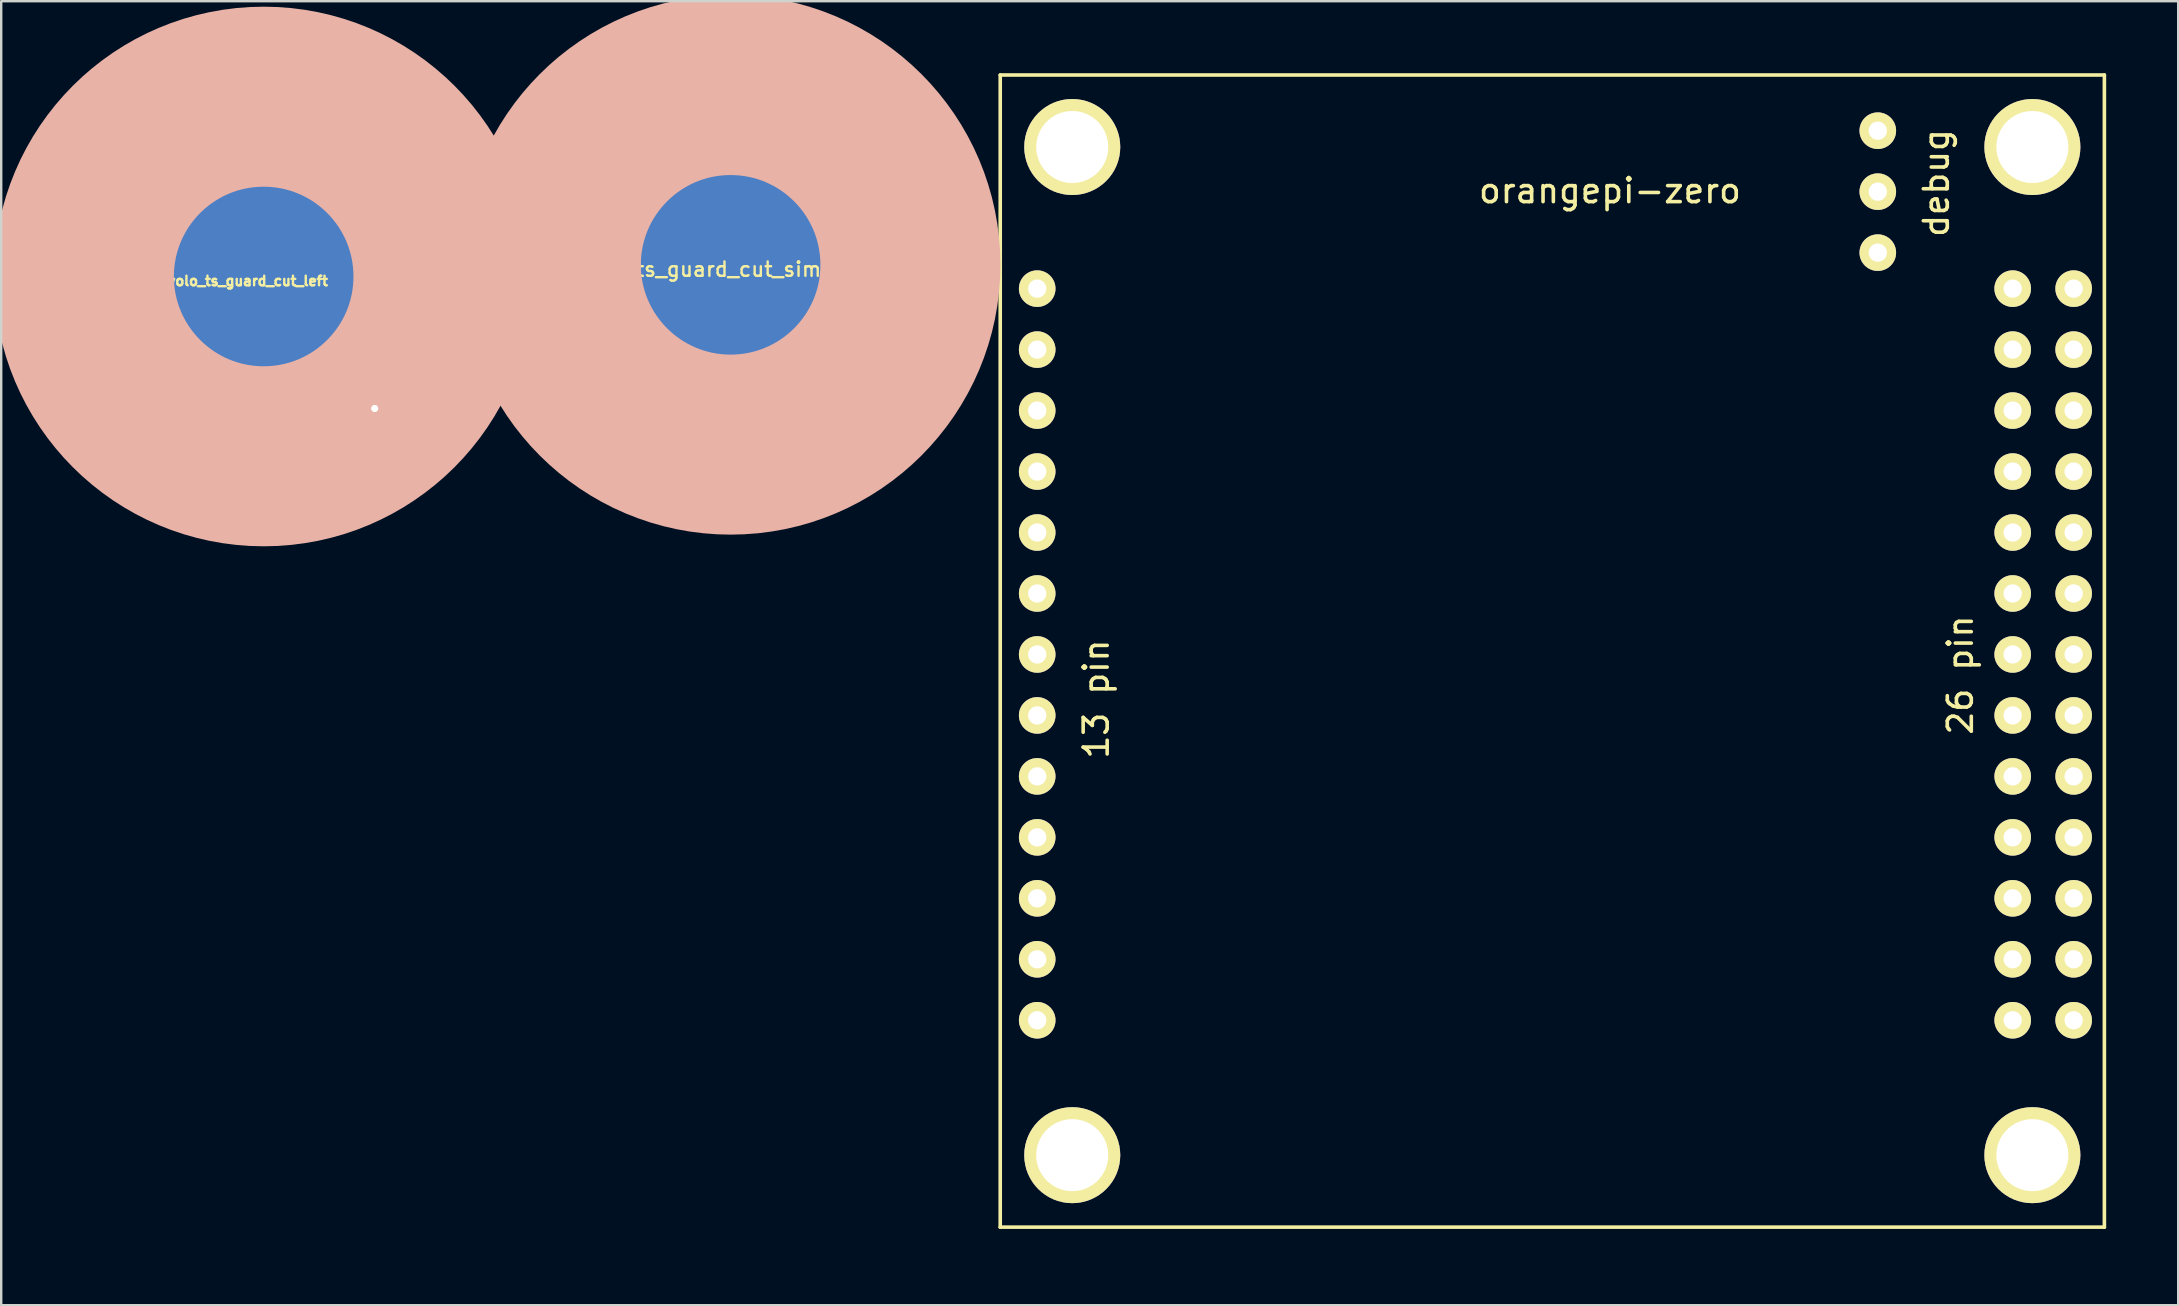
<source format=kicad_pcb>
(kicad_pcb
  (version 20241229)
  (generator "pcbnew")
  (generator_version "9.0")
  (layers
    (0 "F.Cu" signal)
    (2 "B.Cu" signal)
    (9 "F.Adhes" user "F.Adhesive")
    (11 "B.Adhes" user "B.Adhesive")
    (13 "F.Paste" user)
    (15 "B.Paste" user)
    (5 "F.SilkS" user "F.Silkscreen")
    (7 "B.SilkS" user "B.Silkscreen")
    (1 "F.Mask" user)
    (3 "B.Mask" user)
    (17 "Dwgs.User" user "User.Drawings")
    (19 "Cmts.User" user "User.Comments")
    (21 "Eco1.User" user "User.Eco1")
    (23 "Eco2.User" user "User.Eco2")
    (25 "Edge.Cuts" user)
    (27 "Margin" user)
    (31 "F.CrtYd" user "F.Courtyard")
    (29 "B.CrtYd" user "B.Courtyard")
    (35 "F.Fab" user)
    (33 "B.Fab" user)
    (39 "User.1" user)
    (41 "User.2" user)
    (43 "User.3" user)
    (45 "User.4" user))
  (footprint "livolo_ts_guard_cut_simple"
    (layer "F.Cu")
    (at 27.655 7.959)
    (property "Reference" "livolo_ts_guard_cut_simple" (at -1.123 0.21 0) (layer "F.SilkS") (effects (font (size 0.6 0.6) (thickness 0.1))))
    (attr through_hole)
    (fp_line (start -8.043 0.673) (end 0.315 -7.685) (stroke (width 0.3) (type solid)) (layer "F.Cu"))
    (fp_line (start -7.949 1.049) (end -1.349 7.649) (stroke (width 0.3) (type solid)) (layer "F.Cu"))
    (fp_line (start -7.937 -1.363) (end 1.114 7.687) (stroke (width 0.3) (type solid)) (layer "F.Cu"))
    (fp_line (start -7.747 -2.047) (end -2.293 -7.501) (stroke (width 0.3) (type solid)) (layer "F.Cu"))
    (fp_line (start -7.524 2.578) (end 2.377 -7.323) (stroke (width 0.3) (type solid)) (layer "F.Cu"))
    (fp_line (start -7.375 -3.225) (end 3.025 7.175) (stroke (width 0.3) (type solid)) (layer "F.Cu"))
    (fp_line (start -6.712 4.189) (end 3.989 -6.511) (stroke (width 0.3) (type solid)) (layer "F.Cu"))
    (fp_line (start -6.463 -4.737) (end 2.697 4.423) (stroke (width 0.3) (type solid)) (layer "F.Cu"))
    (fp_line (start -5.65 5.552) (end 5.352 -5.45) (stroke (width 0.3) (type solid)) (layer "F.Cu"))
    (fp_line (start -5.251 -5.949) (end 5.749 5.051) (stroke (width 0.3) (type solid)) (layer "F.Cu"))
    (fp_line (start -4.289 6.614) (end 6.413 -4.087) (stroke (width 0.3) (type solid)) (layer "F.Cu"))
    (fp_line (start -3.789 -6.911) (end 6.711 3.589) (stroke (width 0.3) (type solid)) (layer "F.Cu"))
    (fp_line (start -2.953 7.257) (end -7.455 2.755) (stroke (width 0.3) (type solid)) (layer "F.Cu"))
    (fp_line (start -2.626 7.375) (end 7.175 -2.425) (stroke (width 0.3) (type solid)) (layer "F.Cu"))
    (fp_line (start -2.027 -7.573) (end 7.323 1.777) (stroke (width 0.3) (type solid)) (layer "F.Cu"))
    (fp_line (start -0.89 -7.692) (end -8.049 -0.533) (stroke (width 0.3) (type solid)) (layer "F.Cu"))
    (fp_line (start -0.614 7.787) (end 7.537 -0.364) (stroke (width 0.3) (type solid)) (layer "F.Cu"))
    (fp_line (start -0.043 7.743) (end -8.052 -0.266) (stroke (width 0.3) (type solid)) (layer "F.Cu"))
    (fp_line (start 0.234 -7.735) (end 7.535 -0.434) (stroke (width 0.3) (type solid)) (layer "F.Cu"))
    (fp_line (start 1.421 -7.579) (end -7.83 1.672) (stroke (width 0.3) (type solid)) (layer "F.Cu"))
    (fp_line (start 2.119 7.481) (end -7.681 -2.319) (stroke (width 0.3) (type solid)) (layer "F.Cu"))
    (fp_line (start 2.152 7.454) (end 3.316 6.291) (stroke (width 0.3) (type solid)) (layer "F.Cu"))
    (fp_line (start 2.718 5.668) (end 0.642 7.744) (stroke (width 0.3) (type solid)) (layer "F.Cu"))
    (fp_line (start 3.234 -6.968) (end -7.168 3.434) (stroke (width 0.3) (type solid)) (layer "F.Cu"))
    (fp_line (start 3.305 3.819) (end -5.907 -5.393) (stroke (width 0.3) (type solid)) (layer "F.Cu"))
    (fp_line (start 3.831 6.769) (end -6.969 -4.031) (stroke (width 0.3) (type solid)) (layer "F.Cu"))
    (fp_line (start 4.695 -6.006) (end -6.206 4.895) (stroke (width 0.3) (type solid)) (layer "F.Cu"))
    (fp_line (start 5.151 4.446) (end 7.15 2.448) (stroke (width 0.3) (type solid)) (layer "F.Cu"))
    (fp_line (start 5.907 -4.793) (end -4.994 6.107) (stroke (width 0.3) (type solid)) (layer "F.Cu"))
    (fp_line (start 6.255 4.345) (end -4.545 -6.455) (stroke (width 0.3) (type solid)) (layer "F.Cu"))
    (fp_line (start 6.819 -3.282) (end -3.483 7.02) (stroke (width 0.3) (type solid)) (layer "F.Cu"))
    (fp_line (start 7.067 2.733) (end -2.983 -7.317) (stroke (width 0.3) (type solid)) (layer "F.Cu"))
    (fp_line (start 7.341 -1.841) (end 1.641 -7.541) (stroke (width 0.3) (type solid)) (layer "F.Cu"))
    (fp_line (start 7.381 -1.42) (end -1.67 7.631) (stroke (width 0.3) (type solid)) (layer "F.Cu"))
    (fp_line (start 7.493 0.893) (end 4.546 3.84) (stroke (width 0.3) (type solid)) (layer "F.Cu"))
    (fp_line (start 7.529 0.772) (end -0.922 -7.68) (stroke (width 0.3) (type solid)) (layer "F.Cu"))
    (fp_arc (start -8.1 0) (mid 2.412159 -7.33636) (end 5.748911 5.040786) (stroke (width 0.3) (type solid)) (layer "F.Cu"))
    (fp_arc (start 3.857018 6.8) (mid -4.077709 6.737675) (end -8.1 -0.102277) (stroke (width 0.3) (type solid)) (layer "F.Cu"))
    (fp_circle (center -0.267 0.024) (end 3.025 1.8) (stroke (width 7.5) (type solid)) (fill no) (layer "B.SilkS"))
    (pad "1" smd circle (at -0.267 0.024) (size 15 15) (layers "B.Cu"))
    (pad "2" smd circle (at 3.8 6.8) (size 0.5 0.5) (layers "F.Cu"))
    (pad "2" smd circle (at 5.7 5) (size 0.5 0.5) (layers "F.Cu")))
  (footprint "livolo_ts_guard_cut_left"
    (layer "F.Cu")
    (at 8.202 8.445)
    (property "Reference" "livolo_ts_guard_cut_left" (at -1.123 0.21 0) (layer "F.SilkS") (effects (font (size 0.4 0.4) (thickness 0.1))))
    (attr through_hole)
    (fp_line (start -8.043 0.673) (end 0.807 -8.177) (stroke (width 0.3) (type solid)) (layer "F.Cu"))
    (fp_line (start -8.043 -1.751) (end -1.655 -8.139) (stroke (width 0.3) (type solid)) (layer "F.Cu"))
    (fp_line (start -8.042 -2.951) (end -8.042 2.849) (stroke (width 0.3) (type solid)) (layer "F.Cu"))
    (fp_line (start -8.033 -1.46) (end 1.504 8.078) (stroke (width 0.3) (type solid)) (layer "F.Cu"))
    (fp_line (start -8.033 0.965) (end -0.72 8.278) (stroke (width 0.3) (type solid)) (layer "F.Cu"))
    (fp_line (start -7.931 2.985) (end 2.707 -7.652) (stroke (width 0.3) (type solid)) (layer "F.Cu"))
    (fp_line (start -7.721 -3.572) (end 3.304 7.454) (stroke (width 0.3) (type solid)) (layer "F.Cu"))
    (fp_line (start -7.512 3.91) (end -4.057 7.365) (stroke (width 0.3) (type solid)) (layer "F.Cu"))
    (fp_line (start -7.119 4.597) (end 4.331 -6.853) (stroke (width 0.3) (type solid)) (layer "F.Cu"))
    (fp_line (start -6.785 -5.058) (end 2.697 4.423) (stroke (width 0.3) (type solid)) (layer "F.Cu"))
    (fp_line (start -6.008 5.909) (end 5.655 -5.754) (stroke (width 0.3) (type solid)) (layer "F.Cu"))
    (fp_line (start -5.598 -6.295) (end 6.077 5.38) (stroke (width 0.3) (type solid)) (layer "F.Cu"))
    (fp_line (start -4.671 6.996) (end 6.73 -4.404) (stroke (width 0.3) (type solid)) (layer "F.Cu"))
    (fp_line (start -4.16 -7.283) (end 7.052 3.93) (stroke (width 0.3) (type solid)) (layer "F.Cu"))
    (fp_line (start -3.336 -7.67) (end -8.049 -2.957) (stroke (width 0.3) (type solid)) (layer "F.Cu"))
    (fp_line (start -3.021 7.77) (end 7.517 -2.767) (stroke (width 0.3) (type solid)) (layer "F.Cu"))
    (fp_line (start -2.424 -7.969) (end 7.739 2.194) (stroke (width 0.3) (type solid)) (layer "F.Cu"))
    (fp_line (start -2.151 8.059) (end -8.026 2.183) (stroke (width 0.3) (type solid)) (layer "F.Cu"))
    (fp_line (start -1.059 8.233) (end 7.979 -0.805) (stroke (width 0.3) (type solid)) (layer "F.Cu"))
    (fp_line (start -0.324 -8.258) (end -8.049 -0.533) (stroke (width 0.3) (type solid)) (layer "F.Cu"))
    (fp_line (start -0.287 -8.256) (end 8.013 0.044) (stroke (width 0.3) (type solid)) (layer "F.Cu"))
    (fp_line (start 0.461 8.247) (end -8.052 -0.266) (stroke (width 0.3) (type solid)) (layer "F.Cu"))
    (fp_line (start 1.518 8.089) (end 3.316 6.291) (stroke (width 0.3) (type solid)) (layer "F.Cu"))
    (fp_line (start 1.825 -7.983) (end -8.05 1.892) (stroke (width 0.3) (type solid)) (layer "F.Cu"))
    (fp_line (start 2.46 7.822) (end -8.015 -2.653) (stroke (width 0.3) (type solid)) (layer "F.Cu"))
    (fp_line (start 2.675 -7.719) (end 7.5 -2.893) (stroke (width 0.3) (type solid)) (layer "F.Cu"))
    (fp_line (start 2.718 5.668) (end 0.122 8.264) (stroke (width 0.3) (type solid)) (layer "F.Cu"))
    (fp_line (start 3.305 3.819) (end -6.217 -5.702) (stroke (width 0.3) (type solid)) (layer "F.Cu"))
    (fp_line (start 3.575 -7.309) (end -7.575 3.841) (stroke (width 0.3) (type solid)) (layer "F.Cu"))
    (fp_line (start 4.097 7.035) (end -7.278 -4.34) (stroke (width 0.3) (type solid)) (layer "F.Cu"))
    (fp_line (start 5.024 -6.335) (end -6.589 5.278) (stroke (width 0.3) (type solid)) (layer "F.Cu"))
    (fp_line (start 5.151 4.446) (end 7.816 1.782) (stroke (width 0.3) (type solid)) (layer "F.Cu"))
    (fp_line (start 6.236 -5.123) (end -5.377 6.49) (stroke (width 0.3) (type solid)) (layer "F.Cu"))
    (fp_line (start 6.596 4.686) (end -4.916 -6.827) (stroke (width 0.3) (type solid)) (layer "F.Cu"))
    (fp_line (start 7.161 -3.623) (end -3.902 7.439) (stroke (width 0.3) (type solid)) (layer "F.Cu"))
    (fp_line (start 7.42 3.087) (end -3.33 -7.663) (stroke (width 0.3) (type solid)) (layer "F.Cu"))
    (fp_line (start 7.798 -1.836) (end -2.103 8.065) (stroke (width 0.3) (type solid)) (layer "F.Cu"))
    (fp_line (start 7.932 -1.25) (end 1.032 -8.15) (stroke (width 0.3) (type solid)) (layer "F.Cu"))
    (fp_line (start 7.945 1.187) (end -1.43 -8.188) (stroke (width 0.3) (type solid)) (layer "F.Cu"))
    (fp_line (start 7.998 0.388) (end 4.546 3.84) (stroke (width 0.3) (type solid)) (layer "F.Cu"))
    (fp_arc (start -8.016992 -3.000738) (mid 4.012185 -7.110286) (end 6.050916 5.436947) (stroke (width 0.3) (type solid)) (layer "F.Cu"))
    (fp_arc (start 4.058007 7.074261) (mid -3.010446 7.826926) (end -8.052451 2.816166) (stroke (width 0.3) (type solid)) (layer "F.Cu"))
    (fp_circle (center -0.267 0.024) (end 3.025 1.8) (stroke (width 7.5) (type solid)) (fill no) (layer "B.SilkS"))
    (pad "1" smd circle (at -0.267 0.024) (size 15 15) (layers "B.Cu"))
    (pad "1" thru_hole circle (at 4.358 5.524 22.5) (size 0.5 0.5) (drill 0.3) (layers "*.Cu" "*.Mask"))
    (pad "2" smd circle (at 4.008 6.999) (size 0.5 0.5) (layers "F.Cu"))
    (pad "2" smd circle (at 6.058 5.324) (size 0.5 0.5) (layers "F.Cu")))
  (footprint "orangepi-zero"
    (layer "F.Cu")
    (at 38.621 48.075)
    (property "Reference" "orangepi-zero" (at 25.4 -43.18 0) (layer "F.SilkS") (effects (font (size 1 1) (thickness 0.15))))
    (attr through_hole)
    (fp_line (start 0 -48) (end 46 -48) (stroke (width 0.15) (type solid)) (layer "F.SilkS"))
    (fp_line (start 0 0) (end 0 -48) (stroke (width 0.15) (type solid)) (layer "F.SilkS"))
    (fp_line (start 46 -48) (end 46 0) (stroke (width 0.15) (type solid)) (layer "F.SilkS"))
    (fp_line (start 46 0) (end 0 0) (stroke (width 0.15) (type solid)) (layer "F.SilkS"))
    (fp_text user "debug" (at 39 -43.5 90) (layer "F.SilkS") (effects (font (size 1 1) (thickness 0.15))))
    (fp_text user "26 pin" (at 40 -23 90) (layer "F.SilkS") (effects (font (size 1 1) (thickness 0.15))))
    (fp_text user "13 pin" (at 4 -22 90) (layer "F.SilkS") (effects (font (size 1 1) (thickness 0.15))))
    (pad "" thru_hole circle (at 3 -45) (size 4 4) (drill 3) (layers "*.Cu" "*.Mask" "F.SilkS"))
    (pad "" thru_hole circle (at 3 -3) (size 4 4) (drill 3) (layers "*.Cu" "*.Mask" "F.SilkS"))
    (pad "" thru_hole circle (at 43 -45) (size 4 4) (drill 3) (layers "*.Cu" "*.Mask" "F.SilkS"))
    (pad "" thru_hole circle (at 43 -3) (size 4 4) (drill 3) (layers "*.Cu" "*.Mask" "F.SilkS"))
    (pad "1" thru_hole circle (at 1.54 -39.1) (size 1.524 1.524) (drill 0.762) (layers "*.Cu" "*.Mask" "F.SilkS"))
    (pad "2" thru_hole circle (at 1.54 -36.56) (size 1.524 1.524) (drill 0.762) (layers "*.Cu" "*.Mask" "F.SilkS"))
    (pad "3" thru_hole circle (at 1.54 -34.02) (size 1.524 1.524) (drill 0.762) (layers "*.Cu" "*.Mask" "F.SilkS"))
    (pad "4" thru_hole circle (at 1.54 -31.48) (size 1.524 1.524) (drill 0.762) (layers "*.Cu" "*.Mask" "F.SilkS"))
    (pad "5" thru_hole circle (at 1.54 -28.94) (size 1.524 1.524) (drill 0.762) (layers "*.Cu" "*.Mask" "F.SilkS"))
    (pad "6" thru_hole circle (at 1.54 -26.4) (size 1.524 1.524) (drill 0.762) (layers "*.Cu" "*.Mask" "F.SilkS"))
    (pad "7" thru_hole circle (at 1.54 -23.86) (size 1.524 1.524) (drill 0.762) (layers "*.Cu" "*.Mask" "F.SilkS"))
    (pad "8" thru_hole circle (at 1.54 -21.32) (size 1.524 1.524) (drill 0.762) (layers "*.Cu" "*.Mask" "F.SilkS"))
    (pad "9" thru_hole circle (at 1.54 -18.78) (size 1.524 1.524) (drill 0.762) (layers "*.Cu" "*.Mask" "F.SilkS"))
    (pad "10" thru_hole circle (at 1.54 -16.24) (size 1.524 1.524) (drill 0.762) (layers "*.Cu" "*.Mask" "F.SilkS"))
    (pad "11" thru_hole circle (at 1.54 -13.7) (size 1.524 1.524) (drill 0.762) (layers "*.Cu" "*.Mask" "F.SilkS"))
    (pad "12" thru_hole circle (at 1.54 -11.16) (size 1.524 1.524) (drill 0.762) (layers "*.Cu" "*.Mask" "F.SilkS"))
    (pad "13" thru_hole circle (at 1.54 -8.62) (size 1.524 1.524) (drill 0.762) (layers "*.Cu" "*.Mask" "F.SilkS"))
    (pad "101" thru_hole circle (at 44.72 -8.62) (size 1.524 1.524) (drill 0.762) (layers "*.Cu" "*.Mask" "F.SilkS"))
    (pad "102" thru_hole circle (at 42.18 -8.62) (size 1.524 1.524) (drill 0.762) (layers "*.Cu" "*.Mask" "F.SilkS"))
    (pad "103" thru_hole circle (at 44.72 -11.16) (size 1.524 1.524) (drill 0.762) (layers "*.Cu" "*.Mask" "F.SilkS"))
    (pad "104" thru_hole circle (at 42.18 -11.16) (size 1.524 1.524) (drill 0.762) (layers "*.Cu" "*.Mask" "F.SilkS"))
    (pad "105" thru_hole circle (at 44.72 -13.7) (size 1.524 1.524) (drill 0.762) (layers "*.Cu" "*.Mask" "F.SilkS"))
    (pad "106" thru_hole circle (at 42.18 -13.7) (size 1.524 1.524) (drill 0.762) (layers "*.Cu" "*.Mask" "F.SilkS"))
    (pad "107" thru_hole circle (at 44.72 -16.24) (size 1.524 1.524) (drill 0.762) (layers "*.Cu" "*.Mask" "F.SilkS"))
    (pad "108" thru_hole circle (at 42.18 -16.24) (size 1.524 1.524) (drill 0.762) (layers "*.Cu" "*.Mask" "F.SilkS"))
    (pad "109" thru_hole circle (at 44.72 -18.78) (size 1.524 1.524) (drill 0.762) (layers "*.Cu" "*.Mask" "F.SilkS"))
    (pad "110" thru_hole circle (at 42.18 -18.78) (size 1.524 1.524) (drill 0.762) (layers "*.Cu" "*.Mask" "F.SilkS"))
    (pad "111" thru_hole circle (at 44.72 -21.32) (size 1.524 1.524) (drill 0.762) (layers "*.Cu" "*.Mask" "F.SilkS"))
    (pad "112" thru_hole circle (at 42.18 -21.32) (size 1.524 1.524) (drill 0.762) (layers "*.Cu" "*.Mask" "F.SilkS"))
    (pad "113" thru_hole circle (at 44.72 -23.86) (size 1.524 1.524) (drill 0.762) (layers "*.Cu" "*.Mask" "F.SilkS"))
    (pad "114" thru_hole circle (at 42.18 -23.86) (size 1.524 1.524) (drill 0.762) (layers "*.Cu" "*.Mask" "F.SilkS"))
    (pad "115" thru_hole circle (at 44.72 -26.4) (size 1.524 1.524) (drill 0.762) (layers "*.Cu" "*.Mask" "F.SilkS"))
    (pad "116" thru_hole circle (at 42.18 -26.4) (size 1.524 1.524) (drill 0.762) (layers "*.Cu" "*.Mask" "F.SilkS"))
    (pad "117" thru_hole circle (at 44.72 -28.94) (size 1.524 1.524) (drill 0.762) (layers "*.Cu" "*.Mask" "F.SilkS"))
    (pad "118" thru_hole circle (at 42.18 -28.94) (size 1.524 1.524) (drill 0.762) (layers "*.Cu" "*.Mask" "F.SilkS"))
    (pad "119" thru_hole circle (at 44.72 -31.48) (size 1.524 1.524) (drill 0.762) (layers "*.Cu" "*.Mask" "F.SilkS"))
    (pad "120" thru_hole circle (at 42.18 -31.48) (size 1.524 1.524) (drill 0.762) (layers "*.Cu" "*.Mask" "F.SilkS"))
    (pad "121" thru_hole circle (at 44.72 -34.02) (size 1.524 1.524) (drill 0.762) (layers "*.Cu" "*.Mask" "F.SilkS"))
    (pad "122" thru_hole circle (at 42.18 -34.02) (size 1.524 1.524) (drill 0.762) (layers "*.Cu" "*.Mask" "F.SilkS"))
    (pad "123" thru_hole circle (at 44.72 -36.56) (size 1.524 1.524) (drill 0.762) (layers "*.Cu" "*.Mask" "F.SilkS"))
    (pad "124" thru_hole circle (at 42.18 -36.56) (size 1.524 1.524) (drill 0.762) (layers "*.Cu" "*.Mask" "F.SilkS"))
    (pad "125" thru_hole circle (at 44.72 -39.1) (size 1.524 1.524) (drill 0.762) (layers "*.Cu" "*.Mask" "F.SilkS"))
    (pad "126" thru_hole circle (at 42.18 -39.1) (size 1.524 1.524) (drill 0.762) (layers "*.Cu" "*.Mask" "F.SilkS"))
    (pad "201" thru_hole circle (at 36.56 -45.68) (size 1.524 1.524) (drill 0.762) (layers "*.Cu" "*.Mask" "F.SilkS"))
    (pad "202" thru_hole circle (at 36.56 -43.14) (size 1.524 1.524) (drill 0.762) (layers "*.Cu" "*.Mask" "F.SilkS"))
    (pad "203" thru_hole circle (at 36.56 -40.6) (size 1.524 1.524) (drill 0.762) (layers "*.Cu" "*.Mask" "F.SilkS")))
  (gr_rect
    (start -3 -3)
    (end 87.696 51.325)
    (stroke (width 0.1) (type default))
    (fill no)
    (layer "Edge.Cuts")))
</source>
